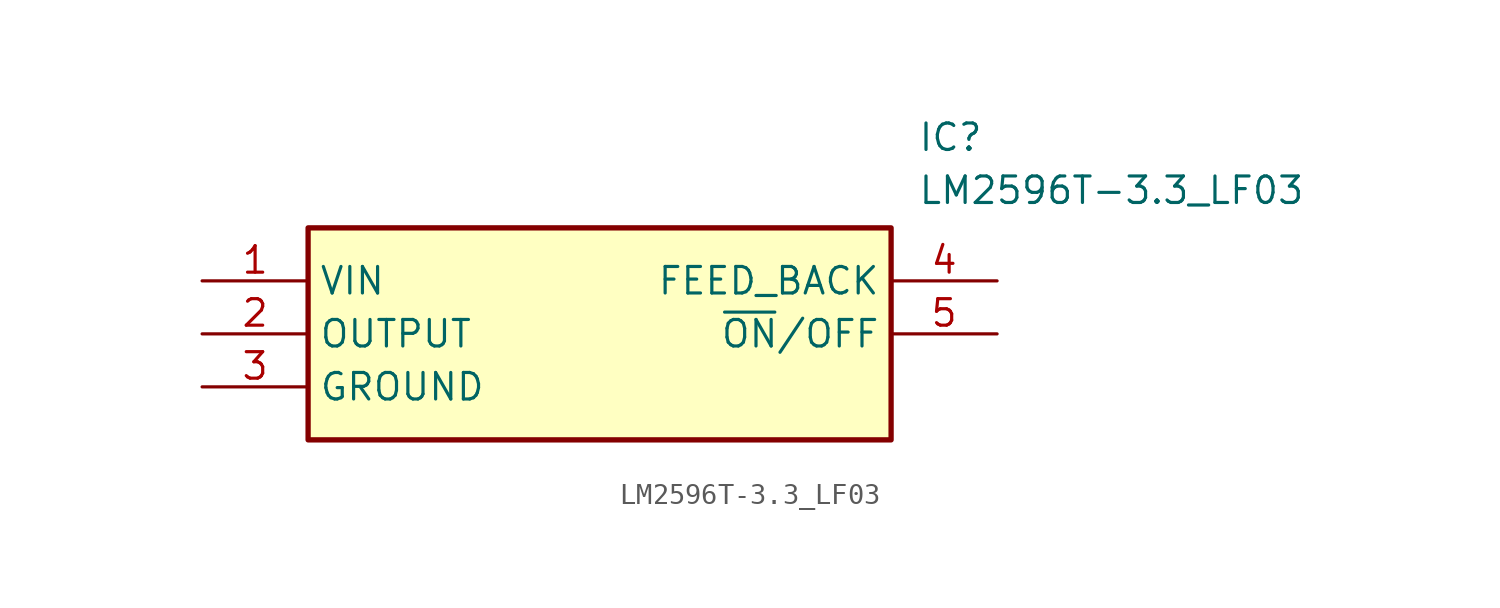
<source format=kicad_sym>
(kicad_symbol_lib
  (version 20211014)
  (generator SamacSys_ECAD_Model)
  (symbol "LM2596T-3.3_LF03"
    (property "Reference" "IC"
      (at 34.29 7.62 0)
      (effects (font (size 1.27 1.27)) (justify left top)))
    (property "Value" "LM2596T-3.3_LF03"
      (at 34.29 5.08 0)
      (effects (font (size 1.27 1.27)) (justify left top)))
    (rectangle
      (start 5.08 2.54)
      (end 33.02 -7.62)
      (stroke (width 0.254) (type default))
      (fill (type background)))
    (pin passive line
      (at 0 0 0)
      (length 5.08)
      (name "VIN" (effects (font (size 1.27 1.27))))
      (number "1" (effects (font (size 1.27 1.27)))))
    (pin passive line
      (at 0 -2.54 0)
      (length 5.08)
      (name "OUTPUT" (effects (font (size 1.27 1.27))))
      (number "2" (effects (font (size 1.27 1.27)))))
    (pin passive line
      (at 0 -5.08 0)
      (length 5.08)
      (name "GROUND" (effects (font (size 1.27 1.27))))
      (number "3" (effects (font (size 1.27 1.27)))))
    (pin passive line
      (at 38.1 0 180)
      (length 5.08)
      (name "FEED_BACK" (effects (font (size 1.27 1.27))))
      (number "4" (effects (font (size 1.27 1.27)))))
    (pin passive line
      (at 38.1 -2.54 180)
      (length 5.08)
      (name "~{ON}/OFF" (effects (font (size 1.27 1.27))))
      (number "5" (effects (font (size 1.27 1.27)))))))
</source>
